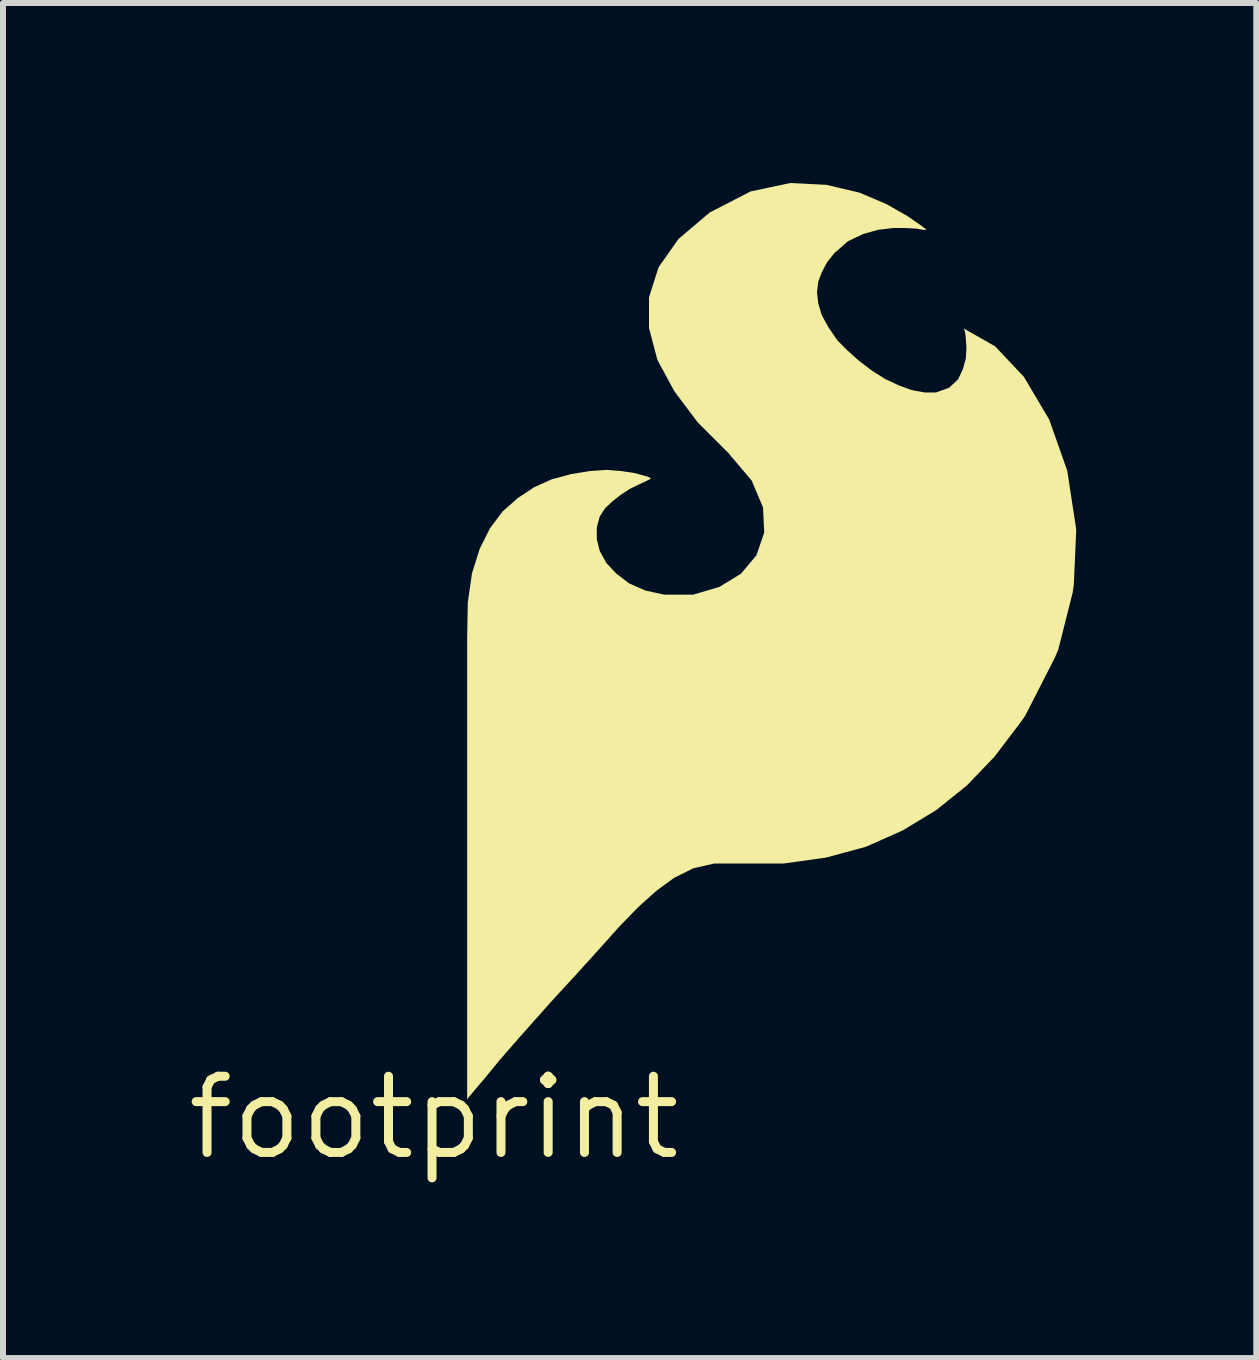
<source format=kicad_pcb>
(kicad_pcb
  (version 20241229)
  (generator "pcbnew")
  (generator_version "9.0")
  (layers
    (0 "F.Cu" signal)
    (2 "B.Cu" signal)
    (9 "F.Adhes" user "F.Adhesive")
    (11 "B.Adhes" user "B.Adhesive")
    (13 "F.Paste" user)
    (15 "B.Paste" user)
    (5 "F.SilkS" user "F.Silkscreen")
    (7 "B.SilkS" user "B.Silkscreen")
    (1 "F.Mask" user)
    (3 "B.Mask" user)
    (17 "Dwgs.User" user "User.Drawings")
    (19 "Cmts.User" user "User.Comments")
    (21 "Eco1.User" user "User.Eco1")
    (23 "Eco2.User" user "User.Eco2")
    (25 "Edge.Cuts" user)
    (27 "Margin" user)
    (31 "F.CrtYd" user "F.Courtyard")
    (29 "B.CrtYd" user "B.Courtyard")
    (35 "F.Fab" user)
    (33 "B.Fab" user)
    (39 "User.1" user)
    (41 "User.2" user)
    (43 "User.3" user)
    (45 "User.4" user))
  (footprint "footprint"
    (layer "F.Cu")
    (at 4.18 15.575)
    (property "Reference" "footprint" (at 0 0 0) (layer "F.SilkS") (effects (font (size 1.27 1.27) (thickness 0.15))))
    (fp_poly (pts (xy 6.541 -15.545) (xy 7.092 -15.415) (xy 7.542 -15.224) (xy 7.893 -15.024) (xy 8.123 -14.864) (xy 8.215 -14.795) (xy 8.16 -14.795) (xy 8.039 -14.815) (xy 7.86 -14.825) (xy 7.65 -14.825) (xy 7.401 -14.795) (xy 7.152 -14.725) (xy 6.903 -14.606) (xy 6.674 -14.407) (xy 6.554 -14.257) (xy 6.465 -14.088) (xy 6.405 -13.929) (xy 6.385 -13.75) (xy 6.405 -13.571) (xy 6.465 -13.372) (xy 6.574 -13.173) (xy 6.724 -12.953) (xy 6.893 -12.784) (xy 7.083 -12.614) (xy 7.293 -12.454) (xy 7.512 -12.314) (xy 7.742 -12.205) (xy 7.961 -12.125) (xy 8.18 -12.085) (xy 8.369 -12.085) (xy 8.587 -12.164) (xy 8.736 -12.303) (xy 8.815 -12.472) (xy 8.865 -12.651) (xy 8.875 -12.83) (xy 8.865 -12.98) (xy 8.855 -13.079) (xy 8.845 -13.118) (xy 8.828 -13.152) (xy 9.353 -12.854) (xy 9.834 -12.343) (xy 10.255 -11.632) (xy 10.555 -10.781) (xy 10.705 -9.8) (xy 10.665 -8.89) (xy 10.645 -8.749) (xy 10.405 -7.798) (xy 10.345 -7.658) (xy 9.854 -6.697) (xy 9.754 -6.557) (xy 9.344 -6.017) (xy 8.883 -5.536) (xy 8.373 -5.126) (xy 7.812 -4.786) (xy 7.202 -4.515) (xy 6.541 -4.335) (xy 5.83 -4.235) (xy 4.671 -4.235) (xy 4.322 -4.155) (xy 4.003 -3.996) (xy 3.703 -3.776) (xy 3.403 -3.506) (xy 3.084 -3.177) (xy 2.744 -2.797) (xy 2.364 -2.377) (xy 2.004 -1.987) (xy 1.674 -1.617) (xy 1.364 -1.267) (xy 1.094 -0.957) (xy 0.874 -0.687) (xy 0.704 -0.487) (xy 0.594 -0.357) (xy 0.555 -0.305) (xy 0.555 -8) (xy 0.565 -8.58) (xy 0.635 -9.071) (xy 0.765 -9.482) (xy 0.936 -9.823) (xy 1.146 -10.103) (xy 1.397 -10.324) (xy 1.668 -10.504) (xy 1.958 -10.635) (xy 2.289 -10.725) (xy 2.599 -10.775) (xy 2.88 -10.795) (xy 3.121 -10.775) (xy 3.331 -10.745) (xy 3.481 -10.705) (xy 3.582 -10.675) (xy 3.62 -10.649) (xy 3.592 -10.636) (xy 3.512 -10.595) (xy 3.402 -10.545) (xy 3.262 -10.476) (xy 3.123 -10.386) (xy 2.983 -10.276) (xy 2.854 -10.157) (xy 2.765 -10.018) (xy 2.715 -9.839) (xy 2.715 -9.641) (xy 2.765 -9.442) (xy 2.874 -9.243) (xy 3.043 -9.064) (xy 3.253 -8.904) (xy 3.522 -8.785) (xy 3.841 -8.715) (xy 4.319 -8.715) (xy 4.758 -8.845) (xy 5.117 -9.064) (xy 5.376 -9.372) (xy 5.505 -9.751) (xy 5.485 -10.169) (xy 5.296 -10.617) (xy 4.906 -11.077) (xy 4.396 -11.587) (xy 4.006 -12.107) (xy 3.725 -12.628) (xy 3.585 -13.159) (xy 3.585 -13.671) (xy 3.745 -14.172) (xy 4.076 -14.643) (xy 4.597 -15.084) (xy 5.278 -15.435) (xy 5.94 -15.575)) (stroke (width 0) (type solid)) (fill yes) (layer "F.SilkS")))
  (gr_rect
    (start -3 -3)
    (end 17.885 19.581)
    (stroke (width 0.1) (type default))
    (fill no)
    (layer "Edge.Cuts")))
</source>
